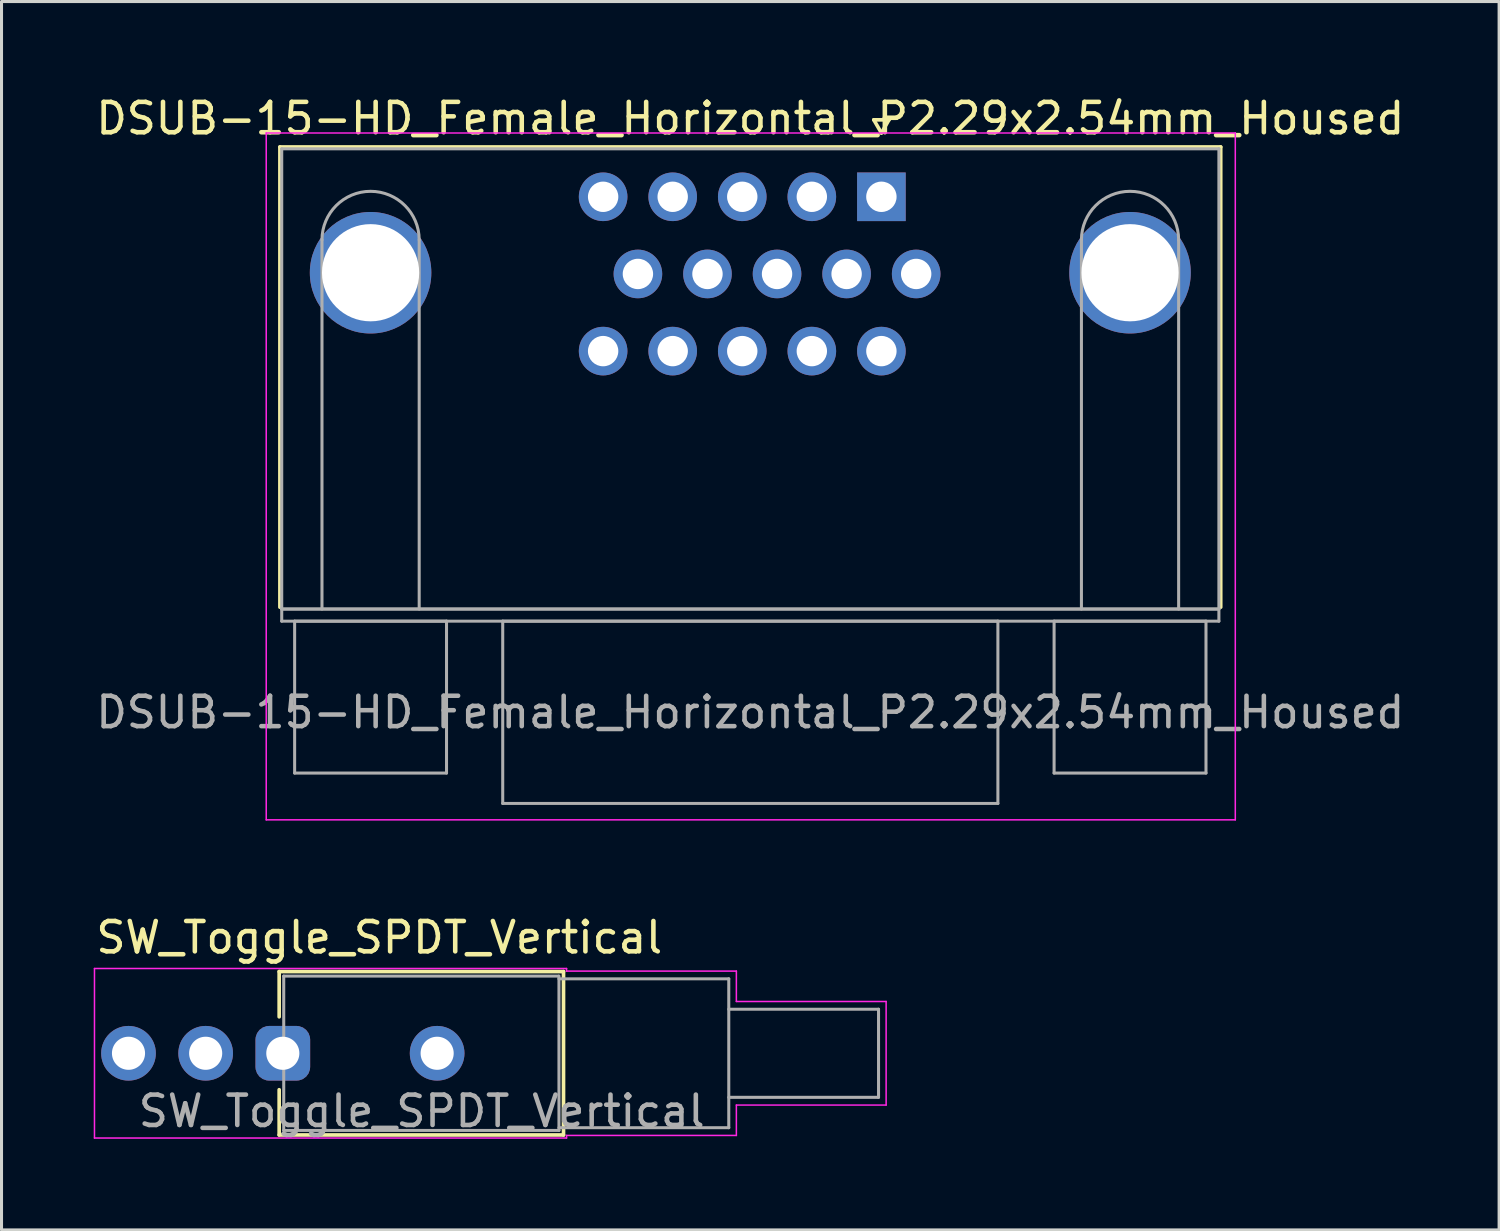
<source format=kicad_pcb>
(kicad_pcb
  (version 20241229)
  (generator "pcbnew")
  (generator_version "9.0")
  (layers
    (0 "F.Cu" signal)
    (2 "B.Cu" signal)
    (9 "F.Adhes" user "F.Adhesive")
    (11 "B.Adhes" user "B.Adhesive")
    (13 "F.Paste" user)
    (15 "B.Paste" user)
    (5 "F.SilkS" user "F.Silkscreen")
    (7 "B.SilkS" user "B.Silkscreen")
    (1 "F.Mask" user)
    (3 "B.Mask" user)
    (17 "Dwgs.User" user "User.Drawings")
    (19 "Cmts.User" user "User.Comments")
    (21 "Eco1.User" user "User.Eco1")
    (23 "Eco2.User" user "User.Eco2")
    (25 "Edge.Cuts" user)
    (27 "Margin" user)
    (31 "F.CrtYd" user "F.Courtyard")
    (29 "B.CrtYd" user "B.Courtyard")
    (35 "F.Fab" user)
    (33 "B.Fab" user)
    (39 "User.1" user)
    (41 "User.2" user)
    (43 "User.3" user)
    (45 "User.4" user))
  (footprint "SW_Toggle_SPDT_Vertical"
    (layer "F.Cu")
    (at 6.26 31.622)
    (property "Reference" "SW_Toggle_SPDT_Vertical" (at 3.175 -3.81 180) (layer "F.SilkS") (effects (font (size 1 1) (thickness 0.15))))
    (attr through_hole)
    (fp_line (start -0.12 -1.2) (end -0.12 -2.69) (stroke (width 0.12) (type solid)) (layer "F.SilkS"))
    (fp_line (start -0.12 2.69) (end -0.12 1.2) (stroke (width 0.12) (type solid)) (layer "F.SilkS"))
    (fp_line (start -0.12 2.69) (end 9.24 2.69) (stroke (width 0.12) (type solid)) (layer "F.SilkS"))
    (fp_line (start 9.24 -2.69) (end -0.12 -2.69) (stroke (width 0.12) (type solid)) (layer "F.SilkS"))
    (fp_line (start 9.24 2.69) (end 9.24 -2.69) (stroke (width 0.12) (type solid)) (layer "F.SilkS"))
    (fp_line (start -6.2 -2.79) (end 9.34 -2.79) (stroke (width 0.05) (type solid)) (layer "F.CrtYd"))
    (fp_line (start -6.2 2.79) (end -6.2 -2.79) (stroke (width 0.05) (type solid)) (layer "F.CrtYd"))
    (fp_line (start 9.34 -2.79) (end 9.34 -2.705) (stroke (width 0.05) (type solid)) (layer "F.CrtYd"))
    (fp_line (start 9.34 -2.705) (end 14.93 -2.705) (stroke (width 0.05) (type solid)) (layer "F.CrtYd"))
    (fp_line (start 9.34 2.705) (end 9.34 2.79) (stroke (width 0.05) (type solid)) (layer "F.CrtYd"))
    (fp_line (start 9.34 2.79) (end -6.2 2.79) (stroke (width 0.05) (type solid)) (layer "F.CrtYd"))
    (fp_line (start 14.93 -2.705) (end 14.93 -1.705) (stroke (width 0.05) (type solid)) (layer "F.CrtYd"))
    (fp_line (start 14.93 -1.705) (end 19.86 -1.705) (stroke (width 0.05) (type solid)) (layer "F.CrtYd"))
    (fp_line (start 14.93 2.705) (end 9.34 2.705) (stroke (width 0.05) (type solid)) (layer "F.CrtYd"))
    (fp_line (start 14.93 2.705) (end 14.93 1.705) (stroke (width 0.05) (type solid)) (layer "F.CrtYd"))
    (fp_line (start 19.86 -1.705) (end 19.86 1.705) (stroke (width 0.05) (type solid)) (layer "F.CrtYd"))
    (fp_line (start 19.86 1.705) (end 14.93 1.705) (stroke (width 0.05) (type solid)) (layer "F.CrtYd"))
    (fp_line (start 0.03 -2.54) (end 9.08 -2.54) (stroke (width 0.1) (type solid)) (layer "F.Fab"))
    (fp_line (start 0.03 2.54) (end 0.03 -2.54) (stroke (width 0.1) (type solid)) (layer "F.Fab"))
    (fp_line (start 9.09 -2.54) (end 9.09 2.54) (stroke (width 0.1) (type solid)) (layer "F.Fab"))
    (fp_line (start 9.09 2.54) (end 0.03 2.54) (stroke (width 0.1) (type solid)) (layer "F.Fab"))
    (fp_line (start 14.68 -2.45) (end 9.09 -2.45) (stroke (width 0.1) (type solid)) (layer "F.Fab"))
    (fp_line (start 14.68 2.45) (end 9.09 2.45) (stroke (width 0.1) (type solid)) (layer "F.Fab"))
    (fp_line (start 14.68 2.45) (end 14.68 -2.45) (stroke (width 0.1) (type solid)) (layer "F.Fab"))
    (fp_line (start 19.61 -1.45) (end 14.68 -1.45) (stroke (width 0.1) (type solid)) (layer "F.Fab"))
    (fp_line (start 19.61 1.45) (end 14.68 1.45) (stroke (width 0.1) (type solid)) (layer "F.Fab"))
    (fp_line (start 19.61 1.45) (end 19.61 -1.45) (stroke (width 0.1) (type solid)) (layer "F.Fab"))
    (fp_text user "${REFERENCE}" (at 4.572 1.905 180) (layer "F.Fab") (effects (font (size 1 1) (thickness 0.15))))
    (pad "" thru_hole circle (at 5.08 0 180) (size 1.8 1.8) (drill 1.09) (layers "*.Cu" "*.Mask"))
    (pad "1" thru_hole roundrect (at 0 0 180) (size 1.8 1.8) (drill 1.09) (layers "*.Cu" "*.Mask") (roundrect_rratio 0.25))
    (pad "2" thru_hole circle (at -2.54 0 180) (size 1.8 1.8) (drill 1.09) (layers "*.Cu" "*.Mask"))
    (pad "3" thru_hole circle (at -5.08 0 180) (size 1.8 1.8) (drill 1.09) (layers "*.Cu" "*.Mask")))
  (footprint "DSUB-15-HD_Female_Horizontal_P2.29x2.54mm_Housed"
    (layer "F.Cu")
    (at 25.964 3.428)
    (property "Reference" "DSUB-15-HD_Female_Horizontal_P2.29x2.54mm_Housed" (at -4.315 -2.58 0) (layer "F.SilkS") (effects (font (size 1 1) (thickness 0.15))))
    (attr through_hole)
    (fp_line (start -19.8 -1.64) (end 11.17 -1.64) (stroke (width 0.12) (type solid)) (layer "F.SilkS"))
    (fp_line (start -19.8 13.51) (end -19.8 -1.64) (stroke (width 0.12) (type solid)) (layer "F.SilkS"))
    (fp_line (start -0.25 -2.534) (end 0.25 -2.534) (stroke (width 0.12) (type solid)) (layer "F.SilkS"))
    (fp_line (start 0 -2.101) (end -0.25 -2.534) (stroke (width 0.12) (type solid)) (layer "F.SilkS"))
    (fp_line (start 0.25 -2.534) (end 0 -2.101) (stroke (width 0.12) (type solid)) (layer "F.SilkS"))
    (fp_line (start 11.17 -1.64) (end 11.17 13.51) (stroke (width 0.12) (type solid)) (layer "F.SilkS"))
    (fp_line (start -20.25 -2.1) (end -20.25 20.51) (stroke (width 0.05) (type solid)) (layer "F.CrtYd"))
    (fp_line (start -20.25 20.51) (end 11.65 20.51) (stroke (width 0.05) (type solid)) (layer "F.CrtYd"))
    (fp_line (start 11.65 -2.1) (end -20.25 -2.1) (stroke (width 0.05) (type solid)) (layer "F.CrtYd"))
    (fp_line (start 11.65 20.51) (end 11.65 -2.1) (stroke (width 0.05) (type solid)) (layer "F.CrtYd"))
    (fp_line (start -19.74 -1.58) (end -19.74 13.57) (stroke (width 0.1) (type solid)) (layer "F.Fab"))
    (fp_line (start -19.74 13.57) (end -19.74 13.97) (stroke (width 0.1) (type solid)) (layer "F.Fab"))
    (fp_line (start -19.74 13.57) (end 11.11 13.57) (stroke (width 0.1) (type solid)) (layer "F.Fab"))
    (fp_line (start -19.74 13.97) (end 11.11 13.97) (stroke (width 0.1) (type solid)) (layer "F.Fab"))
    (fp_line (start -19.315 13.97) (end -19.315 18.97) (stroke (width 0.1) (type solid)) (layer "F.Fab"))
    (fp_line (start -19.315 18.97) (end -14.315 18.97) (stroke (width 0.1) (type solid)) (layer "F.Fab"))
    (fp_line (start -18.415 13.57) (end -18.415 1.42) (stroke (width 0.1) (type solid)) (layer "F.Fab"))
    (fp_line (start -15.215 13.57) (end -15.215 1.42) (stroke (width 0.1) (type solid)) (layer "F.Fab"))
    (fp_line (start -14.315 13.97) (end -19.315 13.97) (stroke (width 0.1) (type solid)) (layer "F.Fab"))
    (fp_line (start -14.315 18.97) (end -14.315 13.97) (stroke (width 0.1) (type solid)) (layer "F.Fab"))
    (fp_line (start -12.465 13.97) (end -12.465 19.97) (stroke (width 0.1) (type solid)) (layer "F.Fab"))
    (fp_line (start -12.465 19.97) (end 3.835 19.97) (stroke (width 0.1) (type solid)) (layer "F.Fab"))
    (fp_line (start 3.835 13.97) (end -12.465 13.97) (stroke (width 0.1) (type solid)) (layer "F.Fab"))
    (fp_line (start 3.835 19.97) (end 3.835 13.97) (stroke (width 0.1) (type solid)) (layer "F.Fab"))
    (fp_line (start 5.685 13.97) (end 5.685 18.97) (stroke (width 0.1) (type solid)) (layer "F.Fab"))
    (fp_line (start 5.685 18.97) (end 10.685 18.97) (stroke (width 0.1) (type solid)) (layer "F.Fab"))
    (fp_line (start 6.585 13.57) (end 6.585 1.42) (stroke (width 0.1) (type solid)) (layer "F.Fab"))
    (fp_line (start 9.785 13.57) (end 9.785 1.42) (stroke (width 0.1) (type solid)) (layer "F.Fab"))
    (fp_line (start 10.685 13.97) (end 5.685 13.97) (stroke (width 0.1) (type solid)) (layer "F.Fab"))
    (fp_line (start 10.685 18.97) (end 10.685 13.97) (stroke (width 0.1) (type solid)) (layer "F.Fab"))
    (fp_line (start 11.11 -1.58) (end -19.74 -1.58) (stroke (width 0.1) (type solid)) (layer "F.Fab"))
    (fp_line (start 11.11 13.57) (end -19.74 13.57) (stroke (width 0.1) (type solid)) (layer "F.Fab"))
    (fp_line (start 11.11 13.57) (end 11.11 -1.58) (stroke (width 0.1) (type solid)) (layer "F.Fab"))
    (fp_line (start 11.11 13.97) (end 11.11 13.57) (stroke (width 0.1) (type solid)) (layer "F.Fab"))
    (fp_arc (start -18.415 1.42) (mid -16.815 -0.18) (end -15.215 1.42) (stroke (width 0.1) (type solid)) (layer "F.Fab"))
    (fp_arc (start 6.585 1.42) (mid 8.185 -0.18) (end 9.785 1.42) (stroke (width 0.1) (type solid)) (layer "F.Fab"))
    (fp_text user "${REFERENCE}" (at -4.315 16.97 0) (layer "F.Fab") (effects (font (size 1 1) (thickness 0.15))))
    (pad "0" thru_hole circle (at -16.815 2.5) (size 4 4) (drill 3.2) (layers "*.Cu" "*.Mask"))
    (pad "0" thru_hole circle (at 8.185 2.5) (size 4 4) (drill 3.2) (layers "*.Cu" "*.Mask"))
    (pad "1" thru_hole rect (at 0 0) (size 1.6 1.6) (drill 1) (layers "*.Cu" "*.Mask"))
    (pad "2" thru_hole circle (at -2.29 0) (size 1.6 1.6) (drill 1) (layers "*.Cu" "*.Mask"))
    (pad "3" thru_hole circle (at -4.58 0) (size 1.6 1.6) (drill 1) (layers "*.Cu" "*.Mask"))
    (pad "4" thru_hole circle (at -6.87 0) (size 1.6 1.6) (drill 1) (layers "*.Cu" "*.Mask"))
    (pad "5" thru_hole circle (at -9.16 0) (size 1.6 1.6) (drill 1) (layers "*.Cu" "*.Mask"))
    (pad "6" thru_hole circle (at 1.145 2.54) (size 1.6 1.6) (drill 1) (layers "*.Cu" "*.Mask"))
    (pad "7" thru_hole circle (at -1.145 2.54) (size 1.6 1.6) (drill 1) (layers "*.Cu" "*.Mask"))
    (pad "8" thru_hole circle (at -3.435 2.54) (size 1.6 1.6) (drill 1) (layers "*.Cu" "*.Mask"))
    (pad "9" thru_hole circle (at -5.725 2.54) (size 1.6 1.6) (drill 1) (layers "*.Cu" "*.Mask"))
    (pad "10" thru_hole circle (at -8.015 2.54) (size 1.6 1.6) (drill 1) (layers "*.Cu" "*.Mask"))
    (pad "11" thru_hole circle (at 0 5.08) (size 1.6 1.6) (drill 1) (layers "*.Cu" "*.Mask"))
    (pad "12" thru_hole circle (at -2.29 5.08) (size 1.6 1.6) (drill 1) (layers "*.Cu" "*.Mask"))
    (pad "13" thru_hole circle (at -4.58 5.08) (size 1.6 1.6) (drill 1) (layers "*.Cu" "*.Mask"))
    (pad "14" thru_hole circle (at -6.87 5.08) (size 1.6 1.6) (drill 1) (layers "*.Cu" "*.Mask"))
    (pad "15" thru_hole circle (at -9.16 5.08) (size 1.6 1.6) (drill 1) (layers "*.Cu" "*.Mask")))
  (gr_rect
    (start -3 -3)
    (end 46.298 37.437)
    (stroke (width 0.1) (type default))
    (fill no)
    (layer "Edge.Cuts")))
</source>
